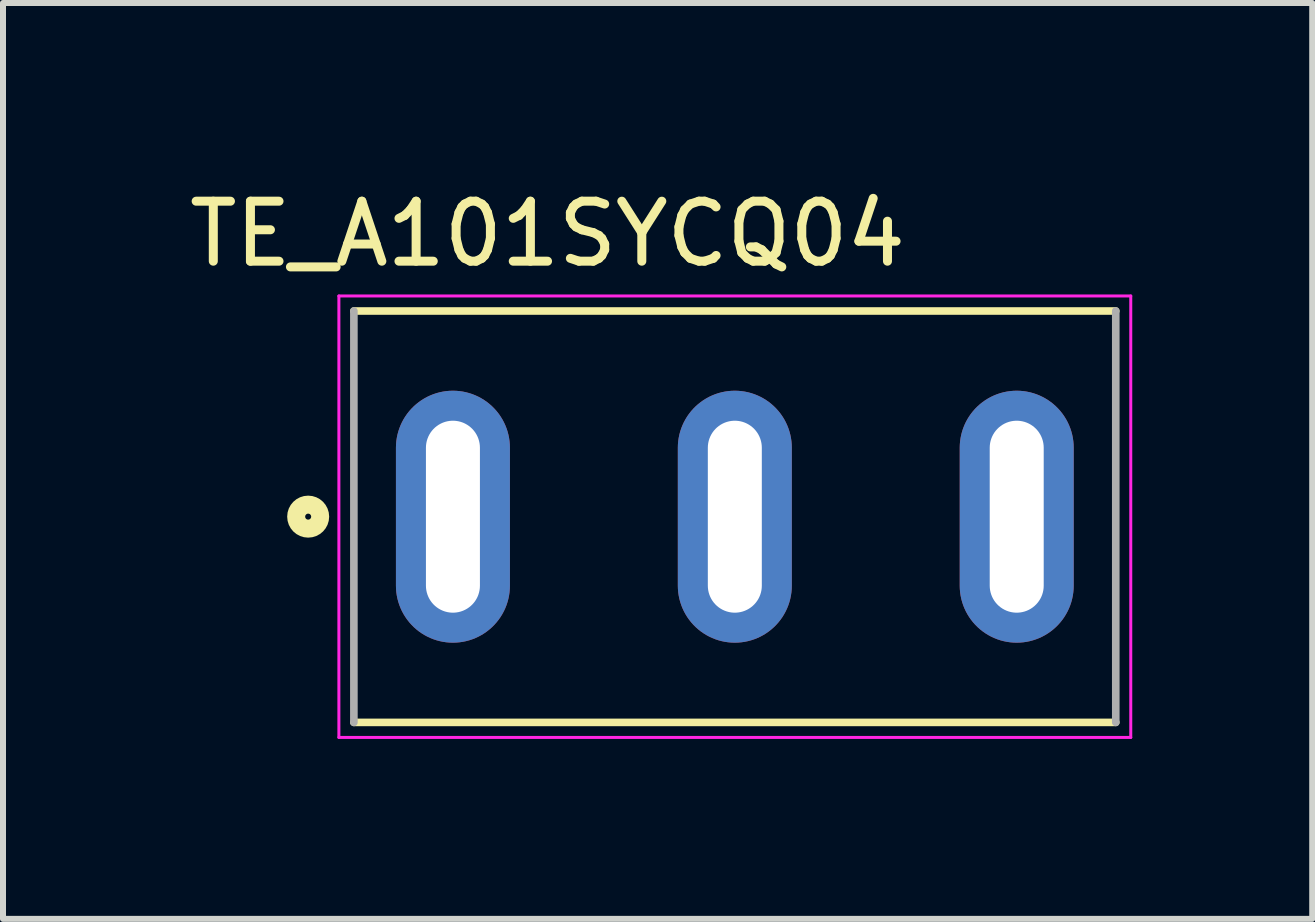
<source format=kicad_pcb>
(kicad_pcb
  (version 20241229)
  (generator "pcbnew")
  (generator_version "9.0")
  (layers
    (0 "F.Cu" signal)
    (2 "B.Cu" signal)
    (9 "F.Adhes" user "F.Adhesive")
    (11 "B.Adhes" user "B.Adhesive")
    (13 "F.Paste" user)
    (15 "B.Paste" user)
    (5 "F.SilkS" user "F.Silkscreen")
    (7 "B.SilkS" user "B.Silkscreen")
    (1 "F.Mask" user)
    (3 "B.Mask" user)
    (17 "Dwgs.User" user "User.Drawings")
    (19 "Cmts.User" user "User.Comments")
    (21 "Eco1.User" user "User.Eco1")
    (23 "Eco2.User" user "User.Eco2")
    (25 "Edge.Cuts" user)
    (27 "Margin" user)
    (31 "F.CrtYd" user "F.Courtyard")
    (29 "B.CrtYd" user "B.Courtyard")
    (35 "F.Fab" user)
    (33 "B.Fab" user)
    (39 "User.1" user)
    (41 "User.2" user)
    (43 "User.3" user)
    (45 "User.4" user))
  (footprint "TE_A101SYCQ04"
    (layer "F.Cu")
    (at 9.199 5.563)
    (property "Reference" "TE_A101SYCQ04" (at -3.122 -4.714 0) (layer "F.SilkS") (effects (font (size 1 1) (thickness 0.15))))
    (attr through_hole)
    (fp_line (start -6.35 3.429) (end 6.35 3.429) (stroke (width 0.127) (type solid)) (layer "F.SilkS"))
    (fp_line (start 6.35 -3.429) (end -6.35 -3.429) (stroke (width 0.127) (type solid)) (layer "F.SilkS"))
    (fp_circle (center -7.112 -0.001) (end -6.912 -0.001) (stroke (width 0.3) (type solid)) (fill no) (layer "F.SilkS"))
    (fp_line (start -6.6 -3.679) (end 6.6 -3.679) (stroke (width 0.05) (type solid)) (layer "F.CrtYd"))
    (fp_line (start -6.6 3.679) (end -6.6 -3.679) (stroke (width 0.05) (type solid)) (layer "F.CrtYd"))
    (fp_line (start 6.6 -3.679) (end 6.6 3.679) (stroke (width 0.05) (type solid)) (layer "F.CrtYd"))
    (fp_line (start 6.6 3.679) (end -6.6 3.679) (stroke (width 0.05) (type solid)) (layer "F.CrtYd"))
    (fp_line (start -6.35 -3.429) (end -6.35 3.429) (stroke (width 0.127) (type solid)) (layer "F.Fab"))
    (fp_line (start 6.35 3.429) (end 6.35 -3.429) (stroke (width 0.127) (type solid)) (layer "F.Fab"))
    (pad "1" thru_hole oval (at -4.699 0) (size 1.9 4.2) (drill oval 0.9 3.2) (layers "*.Cu" "*.Mask"))
    (pad "2" thru_hole oval (at 0 0) (size 1.9 4.2) (drill oval 0.9 3.2) (layers "*.Cu" "*.Mask"))
    (pad "3" thru_hole oval (at 4.699 0) (size 1.9 4.2) (drill oval 0.9 3.2) (layers "*.Cu" "*.Mask")))
  (gr_rect
    (start -3 -3)
    (end 18.824 12.267)
    (stroke (width 0.1) (type default))
    (fill no)
    (layer "Edge.Cuts")))
</source>
